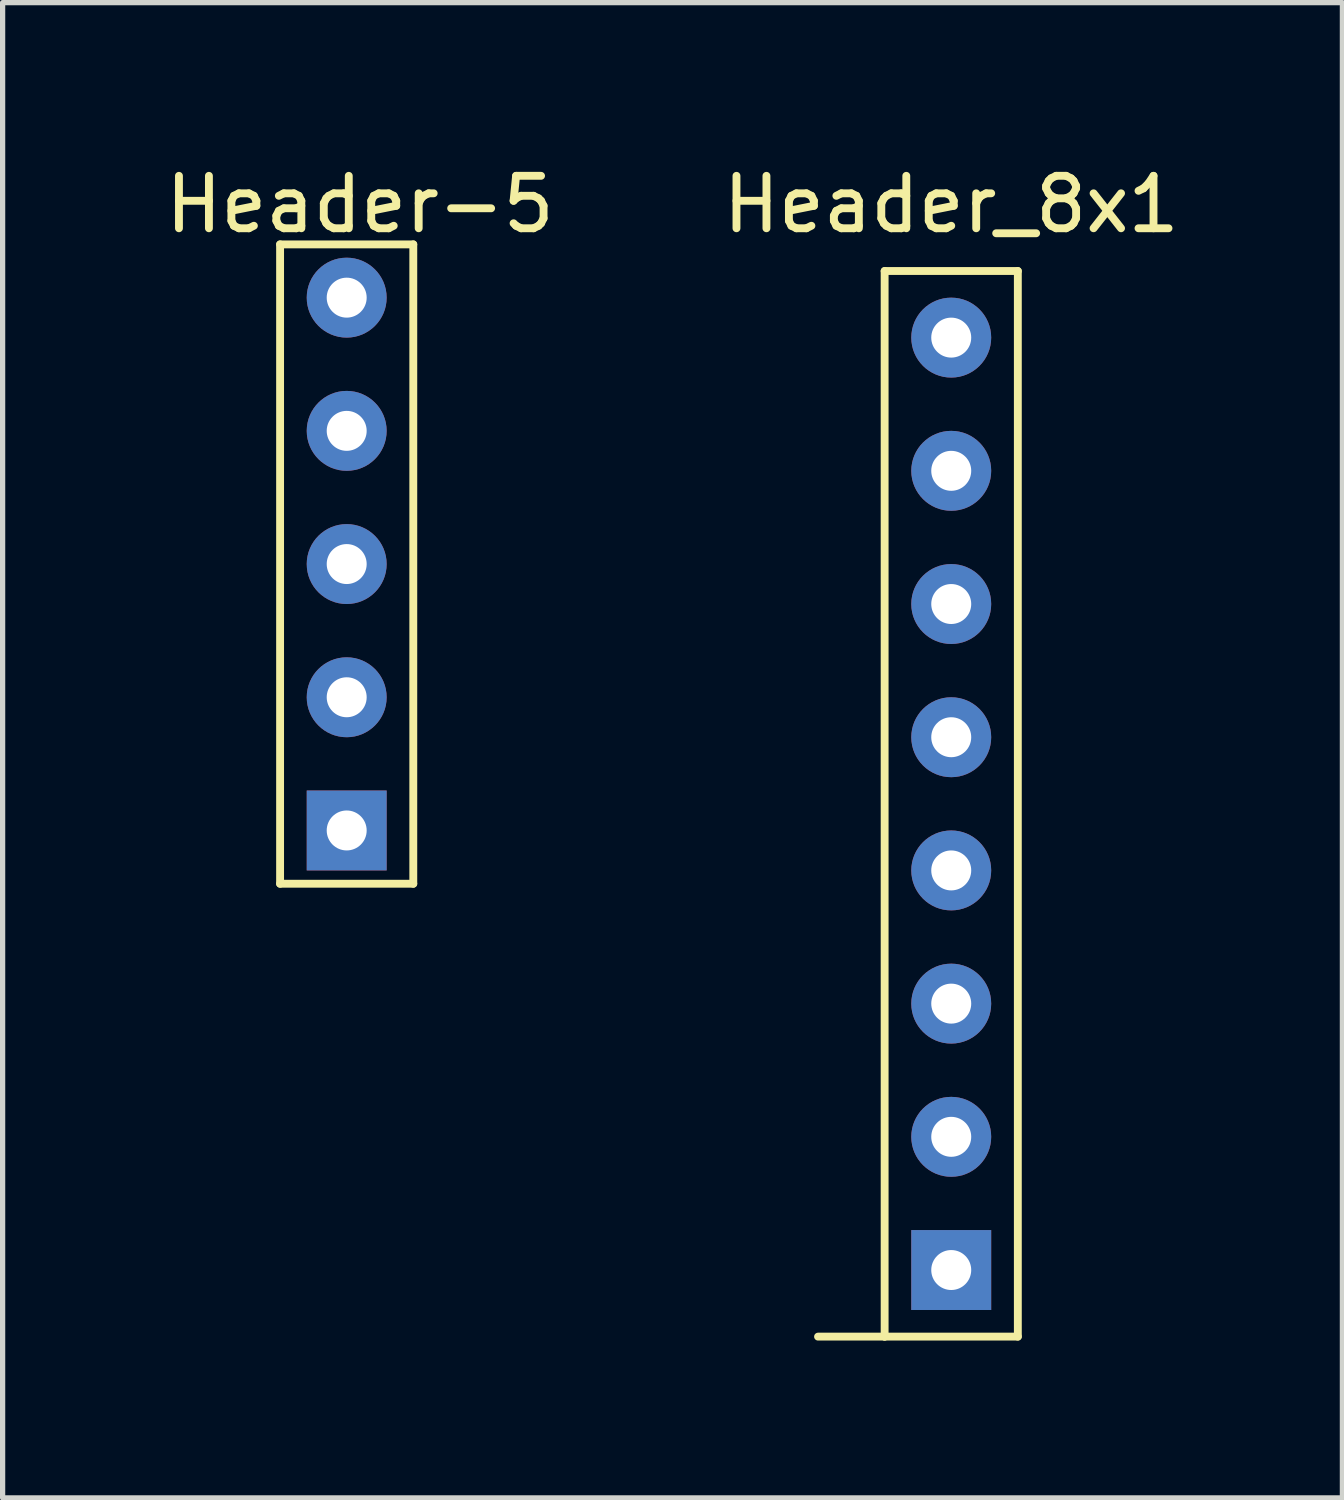
<source format=kicad_pcb>
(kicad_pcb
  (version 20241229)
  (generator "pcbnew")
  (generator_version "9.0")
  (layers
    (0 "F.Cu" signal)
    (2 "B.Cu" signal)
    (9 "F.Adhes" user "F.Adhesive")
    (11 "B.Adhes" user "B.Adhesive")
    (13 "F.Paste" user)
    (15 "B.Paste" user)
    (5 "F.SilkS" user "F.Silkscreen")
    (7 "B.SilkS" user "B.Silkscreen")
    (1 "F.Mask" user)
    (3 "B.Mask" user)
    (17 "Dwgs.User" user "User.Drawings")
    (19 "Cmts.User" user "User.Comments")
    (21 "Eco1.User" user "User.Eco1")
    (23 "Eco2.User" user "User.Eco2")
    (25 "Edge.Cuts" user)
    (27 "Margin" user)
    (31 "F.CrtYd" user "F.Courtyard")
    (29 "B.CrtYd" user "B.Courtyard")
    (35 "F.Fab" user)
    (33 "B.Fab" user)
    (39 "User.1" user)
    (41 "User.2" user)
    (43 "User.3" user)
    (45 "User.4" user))
  (footprint "Header-5"
    (layer "F.Cu")
    (at 3.561 7.706)
    (property "Reference" "Header-5" (at 0.254 -6.858 0) (layer "F.SilkS") (effects (font (size 1 1) (thickness 0.15))))
    (attr through_hole)
    (fp_line (start -1.27 -6.096) (end -1.27 6.096) (stroke (width 0.15) (type solid)) (layer "F.SilkS"))
    (fp_line (start -1.27 6.096) (end 1.27 6.096) (stroke (width 0.15) (type solid)) (layer "F.SilkS"))
    (fp_line (start 1.27 -6.096) (end -1.27 -6.096) (stroke (width 0.15) (type solid)) (layer "F.SilkS"))
    (fp_line (start 1.27 6.096) (end 1.27 -6.096) (stroke (width 0.15) (type solid)) (layer "F.SilkS"))
    (pad "1" thru_hole rect (at 0 5.08) (size 1.524 1.524) (drill 0.762) (layers "*.Cu" "*.Mask"))
    (pad "2" thru_hole circle (at 0 2.54) (size 1.524 1.524) (drill 0.762) (layers "*.Cu" "*.Mask"))
    (pad "3" thru_hole circle (at 0 0) (size 1.524 1.524) (drill 0.762) (layers "*.Cu" "*.Mask"))
    (pad "4" thru_hole circle (at 0 -2.54) (size 1.524 1.524) (drill 0.762) (layers "*.Cu" "*.Mask"))
    (pad "5" thru_hole circle (at 0 -5.08) (size 1.524 1.524) (drill 0.762) (layers "*.Cu" "*.Mask")))
  (footprint "Header_8x1"
    (layer "F.Cu")
    (at 15.089 12.278)
    (property "Reference" "Header_8x1" (at 0 -11.43 0) (layer "F.SilkS") (effects (font (size 1 1) (thickness 0.15))))
    (attr through_hole)
    (fp_line (start -1.27 -10.16) (end -1.27 10.16) (stroke (width 0.15) (type solid)) (layer "F.SilkS"))
    (fp_line (start -1.27 10.16) (end -2.54 10.16) (stroke (width 0.15) (type solid)) (layer "F.SilkS"))
    (fp_line (start -1.27 10.16) (end 1.27 10.16) (stroke (width 0.15) (type solid)) (layer "F.SilkS"))
    (fp_line (start 1.27 -10.16) (end -1.27 -10.16) (stroke (width 0.15) (type solid)) (layer "F.SilkS"))
    (fp_line (start 1.27 10.16) (end 1.27 -10.16) (stroke (width 0.15) (type solid)) (layer "F.SilkS"))
    (pad "1" thru_hole rect (at 0 8.89) (size 1.524 1.524) (drill 0.762) (layers "*.Cu" "*.Mask"))
    (pad "2" thru_hole circle (at 0 6.35) (size 1.524 1.524) (drill 0.762) (layers "*.Cu" "*.Mask"))
    (pad "3" thru_hole circle (at 0 3.81) (size 1.524 1.524) (drill 0.762) (layers "*.Cu" "*.Mask"))
    (pad "4" thru_hole circle (at 0 1.27) (size 1.524 1.524) (drill 0.762) (layers "*.Cu" "*.Mask"))
    (pad "5" thru_hole circle (at 0 -1.27) (size 1.524 1.524) (drill 0.762) (layers "*.Cu" "*.Mask"))
    (pad "6" thru_hole circle (at 0 -3.81) (size 1.524 1.524) (drill 0.762) (layers "*.Cu" "*.Mask"))
    (pad "7" thru_hole circle (at 0 -6.35) (size 1.524 1.524) (drill 0.762) (layers "*.Cu" "*.Mask"))
    (pad "8" thru_hole circle (at 0 -8.89) (size 1.524 1.524) (drill 0.762) (layers "*.Cu" "*.Mask")))
  (gr_rect
    (start -3 -3)
    (end 22.548 25.513)
    (stroke (width 0.1) (type default))
    (fill no)
    (layer "Edge.Cuts")))
</source>
